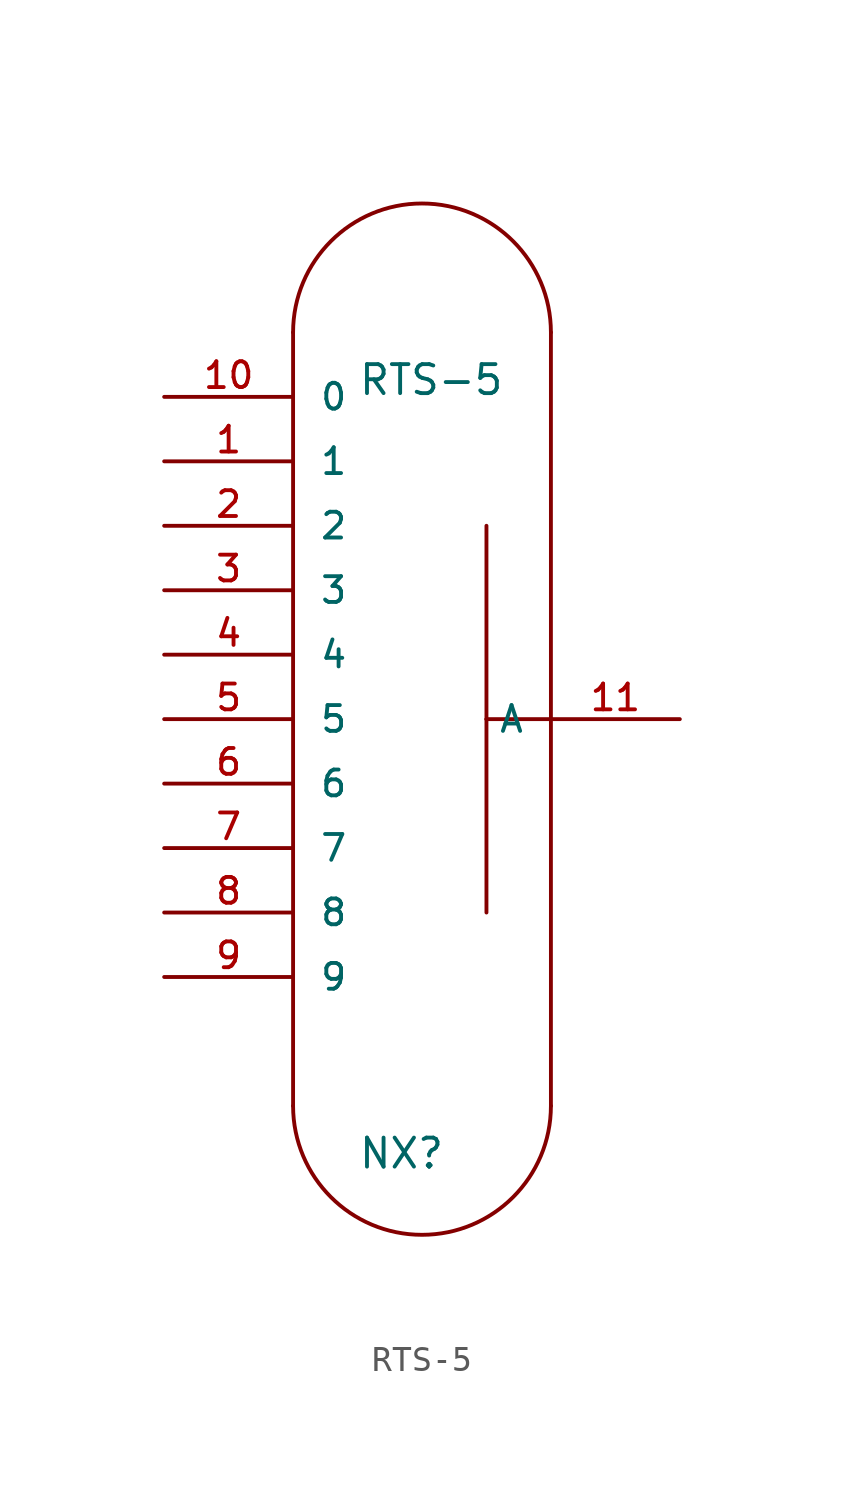
<source format=kicad_sym>
(kicad_symbol_lib
  (version 20211014)
  (generator kicad_symbol_editor)
  (symbol "RTS-5"
    (pin_names
      (offset 1.016))
    (property "Reference" "NX"
      (at -2.54 -15.24 0)
      (effects (font (size 1.143 1.143)) (justify left bottom)))
    (property "Value" "RTS-5"
      (at -2.54 15.24 0)
      (effects (font (size 1.143 1.143)) (justify left bottom)))
    (property "ki_locked" ""
      (at 0 0 0)
      (effects (font (size 1.27 1.27))))
    (symbol "RTS-5_1_0"
      (polyline (pts (xy -5.08 17.78) (xy -5.08 -12.7)) (stroke (width 0) (type default) (color 0 0 0 0)) (fill (type none)))
      (polyline (pts (xy 2.54 -5.08) (xy 2.54 2.54)) (stroke (width 0) (type default) (color 0 0 0 0)) (fill (type none)))
      (polyline (pts (xy 2.54 2.54) (xy 2.54 10.16)) (stroke (width 0) (type default) (color 0 0 0 0)) (fill (type none)))
      (polyline (pts (xy 5.08 2.54) (xy 2.54 2.54)) (stroke (width 0) (type default) (color 0 0 0 0)) (fill (type none)))
      (polyline (pts (xy 5.08 2.54) (xy 5.08 -12.7)) (stroke (width 0) (type default) (color 0 0 0 0)) (fill (type none)))
      (polyline (pts (xy 5.08 17.78) (xy 5.08 2.54)) (stroke (width 0) (type default) (color 0 0 0 0)) (fill (type none))))
    (symbol "RTS-5_1_1"
      (arc (start -5.08 -12.7) (mid 0 -17.78) (end 5.08 -12.7) (stroke (width 0) (type default) (color 0 0 0 0)) (fill (type none)))
      (arc (start 5.08 17.78) (mid 0 22.86) (end -5.08 17.78) (stroke (width 0) (type default) (color 0 0 0 0)) (fill (type none)))
      (pin passive line (at -10.16 12.7 0) (length 5.08) (name "1" (effects (font (size 1.016 1.016)))) (number "1" (effects (font (size 1.016 1.016)))))
      (pin passive line (at -10.16 15.24 0) (length 5.08) (name "0" (effects (font (size 1.016 1.016)))) (number "10" (effects (font (size 1.016 1.016)))))
      (pin passive line (at 10.16 2.54 180) (length 5.08) (name "A" (effects (font (size 1.016 1.016)))) (number "11" (effects (font (size 1.016 1.016)))))
      (pin passive line (at -10.16 10.16 0) (length 5.08) (name "2" (effects (font (size 1.016 1.016)))) (number "2" (effects (font (size 1.016 1.016)))))
      (pin passive line (at -10.16 7.62 0) (length 5.08) (name "3" (effects (font (size 1.016 1.016)))) (number "3" (effects (font (size 1.016 1.016)))))
      (pin passive line (at -10.16 5.08 0) (length 5.08) (name "4" (effects (font (size 1.016 1.016)))) (number "4" (effects (font (size 1.016 1.016)))))
      (pin passive line (at -10.16 2.54 0) (length 5.08) (name "5" (effects (font (size 1.016 1.016)))) (number "5" (effects (font (size 1.016 1.016)))))
      (pin passive line (at -10.16 0 0) (length 5.08) (name "6" (effects (font (size 1.016 1.016)))) (number "6" (effects (font (size 1.016 1.016)))))
      (pin passive line (at -10.16 -2.54 0) (length 5.08) (name "7" (effects (font (size 1.016 1.016)))) (number "7" (effects (font (size 1.016 1.016)))))
      (pin passive line (at -10.16 -5.08 0) (length 5.08) (name "8" (effects (font (size 1.016 1.016)))) (number "8" (effects (font (size 1.016 1.016)))))
      (pin passive line (at -10.16 -7.62 0) (length 5.08) (name "9" (effects (font (size 1.016 1.016)))) (number "9" (effects (font (size 1.016 1.016))))))))
</source>
